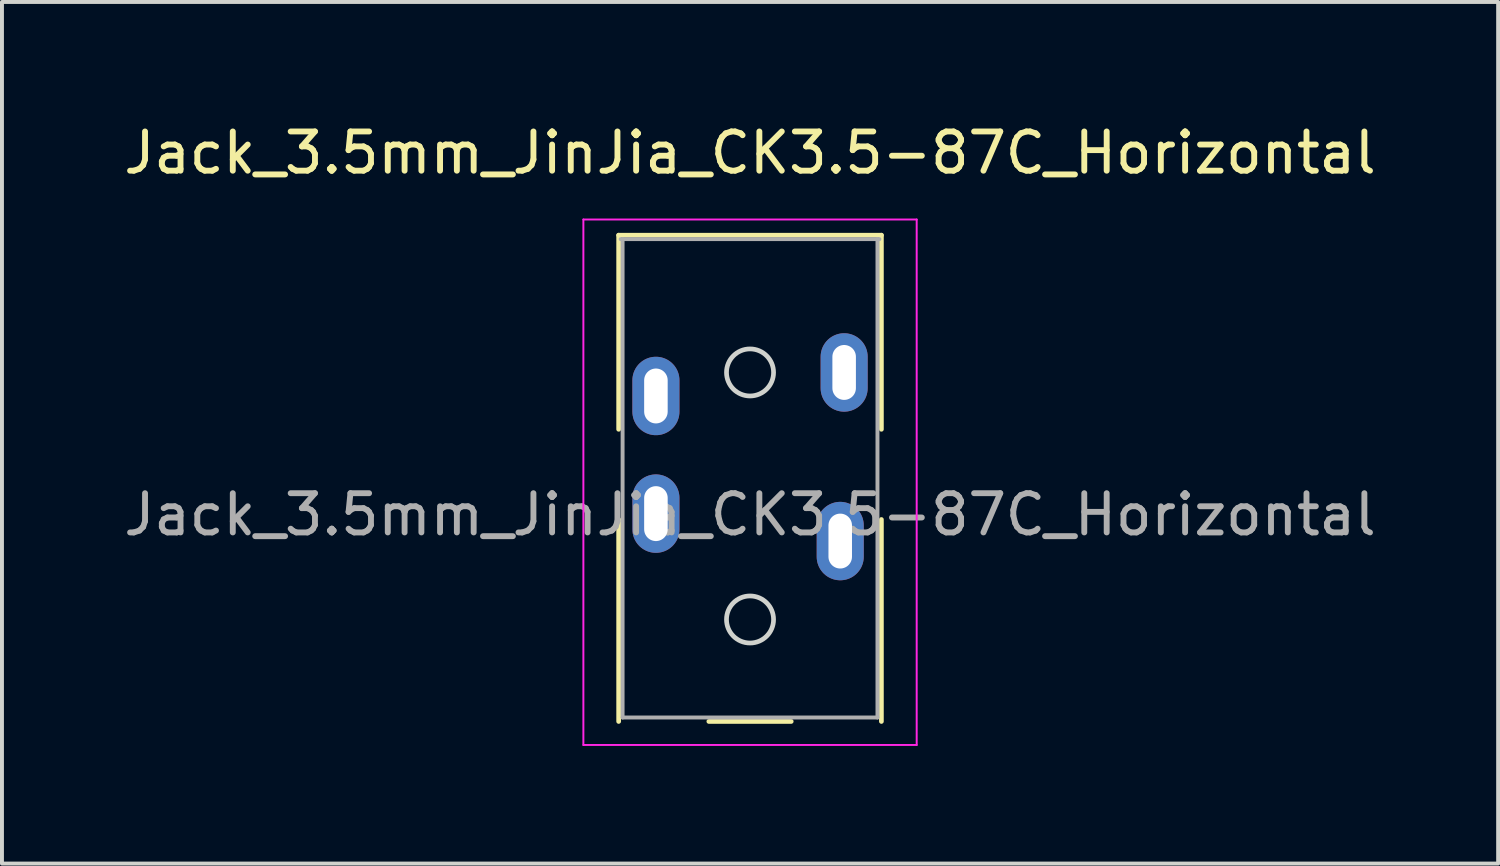
<source format=kicad_pcb>
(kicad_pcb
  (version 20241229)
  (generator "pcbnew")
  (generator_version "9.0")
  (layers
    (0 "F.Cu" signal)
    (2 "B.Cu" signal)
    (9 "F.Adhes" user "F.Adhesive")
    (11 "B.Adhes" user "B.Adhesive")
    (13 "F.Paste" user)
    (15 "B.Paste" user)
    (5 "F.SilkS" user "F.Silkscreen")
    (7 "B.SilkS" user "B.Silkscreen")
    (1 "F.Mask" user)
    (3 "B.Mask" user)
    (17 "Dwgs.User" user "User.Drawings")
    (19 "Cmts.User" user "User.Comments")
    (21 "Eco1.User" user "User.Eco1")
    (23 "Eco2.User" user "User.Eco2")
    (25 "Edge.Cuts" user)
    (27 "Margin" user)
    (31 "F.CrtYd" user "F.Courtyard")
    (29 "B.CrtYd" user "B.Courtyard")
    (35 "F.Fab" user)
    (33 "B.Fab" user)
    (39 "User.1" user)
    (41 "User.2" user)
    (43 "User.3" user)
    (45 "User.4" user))
  (footprint "Jack_3.5mm_JinJia_CK3.5-87C_Horizontal"
    (layer "F.Cu")
    (at 16.077 9.048)
    (property "Reference" "Jack_3.5mm_JinJia_CK3.5-87C_Horizontal" (at 0 -8.2 0) (unlocked yes) (layer "F.SilkS") (effects (font (size 1 1) (thickness 0.15))))
    (attr through_hole)
    (fp_line (start -3.35 -6.1) (end -3.35 -1.15) (stroke (width 0.12) (type solid)) (layer "F.SilkS"))
    (fp_line (start -3.35 -6.1) (end 3.35 -6.1) (stroke (width 0.12) (type solid)) (layer "F.SilkS"))
    (fp_line (start -3.35 1.15) (end -3.35 6.3) (stroke (width 0.12) (type solid)) (layer "F.SilkS"))
    (fp_line (start -1.05 6.3) (end 1.05 6.3) (stroke (width 0.12) (type solid)) (layer "F.SilkS"))
    (fp_line (start 3.35 -6.1) (end 3.35 -1.15) (stroke (width 0.12) (type solid)) (layer "F.SilkS"))
    (fp_line (start 3.35 1.15) (end 3.35 6.3) (stroke (width 0.12) (type solid)) (layer "F.SilkS"))
    (fp_circle (center 0 -2.6) (end 0.6 -2.6) (stroke (width 0.12) (type solid)) (fill no) (layer "Edge.Cuts"))
    (fp_circle (center 0 3.7) (end 0.6 3.7) (stroke (width 0.12) (type solid)) (fill no) (layer "Edge.Cuts"))
    (fp_line (start -4.25 -6.5) (end 4.25 -6.5) (stroke (width 0.05) (type solid)) (layer "F.CrtYd"))
    (fp_line (start -4.25 6.9) (end -4.25 -6.5) (stroke (width 0.05) (type solid)) (layer "F.CrtYd"))
    (fp_line (start -4.25 6.9) (end 4.25 6.9) (stroke (width 0.05) (type solid)) (layer "F.CrtYd"))
    (fp_line (start 4.25 -6.5) (end 4.25 6.9) (stroke (width 0.05) (type solid)) (layer "F.CrtYd"))
    (fp_line (start -3.3 -6) (end 3.3 -6) (stroke (width 0.1) (type solid)) (layer "F.Fab"))
    (fp_line (start -3.25 6.2) (end -3.25 -6) (stroke (width 0.1) (type solid)) (layer "F.Fab"))
    (fp_line (start -3.25 6.2) (end 3.25 6.2) (stroke (width 0.1) (type solid)) (layer "F.Fab"))
    (fp_line (start 3.25 -6) (end 3.25 6.2) (stroke (width 0.1) (type solid)) (layer "F.Fab"))
    (fp_text user "${REFERENCE}" (at 0 1.025 0) (unlocked yes) (layer "F.Fab") (effects (font (size 1 1) (thickness 0.15))))
    (pad "1" thru_hole oval (at 2.4 -2.6) (size 1.2 2) (drill oval 0.6 1.4) (layers "*.Cu" "*.Mask"))
    (pad "2" thru_hole oval (at -2.4 -2) (size 1.2 2) (drill oval 0.6 1.4) (layers "*.Cu" "*.Mask"))
    (pad "3" thru_hole oval (at -2.4 1) (size 1.2 2) (drill oval 0.6 1.4) (layers "*.Cu" "*.Mask"))
    (pad "4" thru_hole oval (at 2.3 1.7) (size 1.2 2) (drill oval 0.6 1.4) (layers "*.Cu" "*.Mask")))
  (gr_rect
    (start -3 -3)
    (end 35.155 18.973)
    (stroke (width 0.1) (type default))
    (fill no)
    (layer "Edge.Cuts")))
</source>
